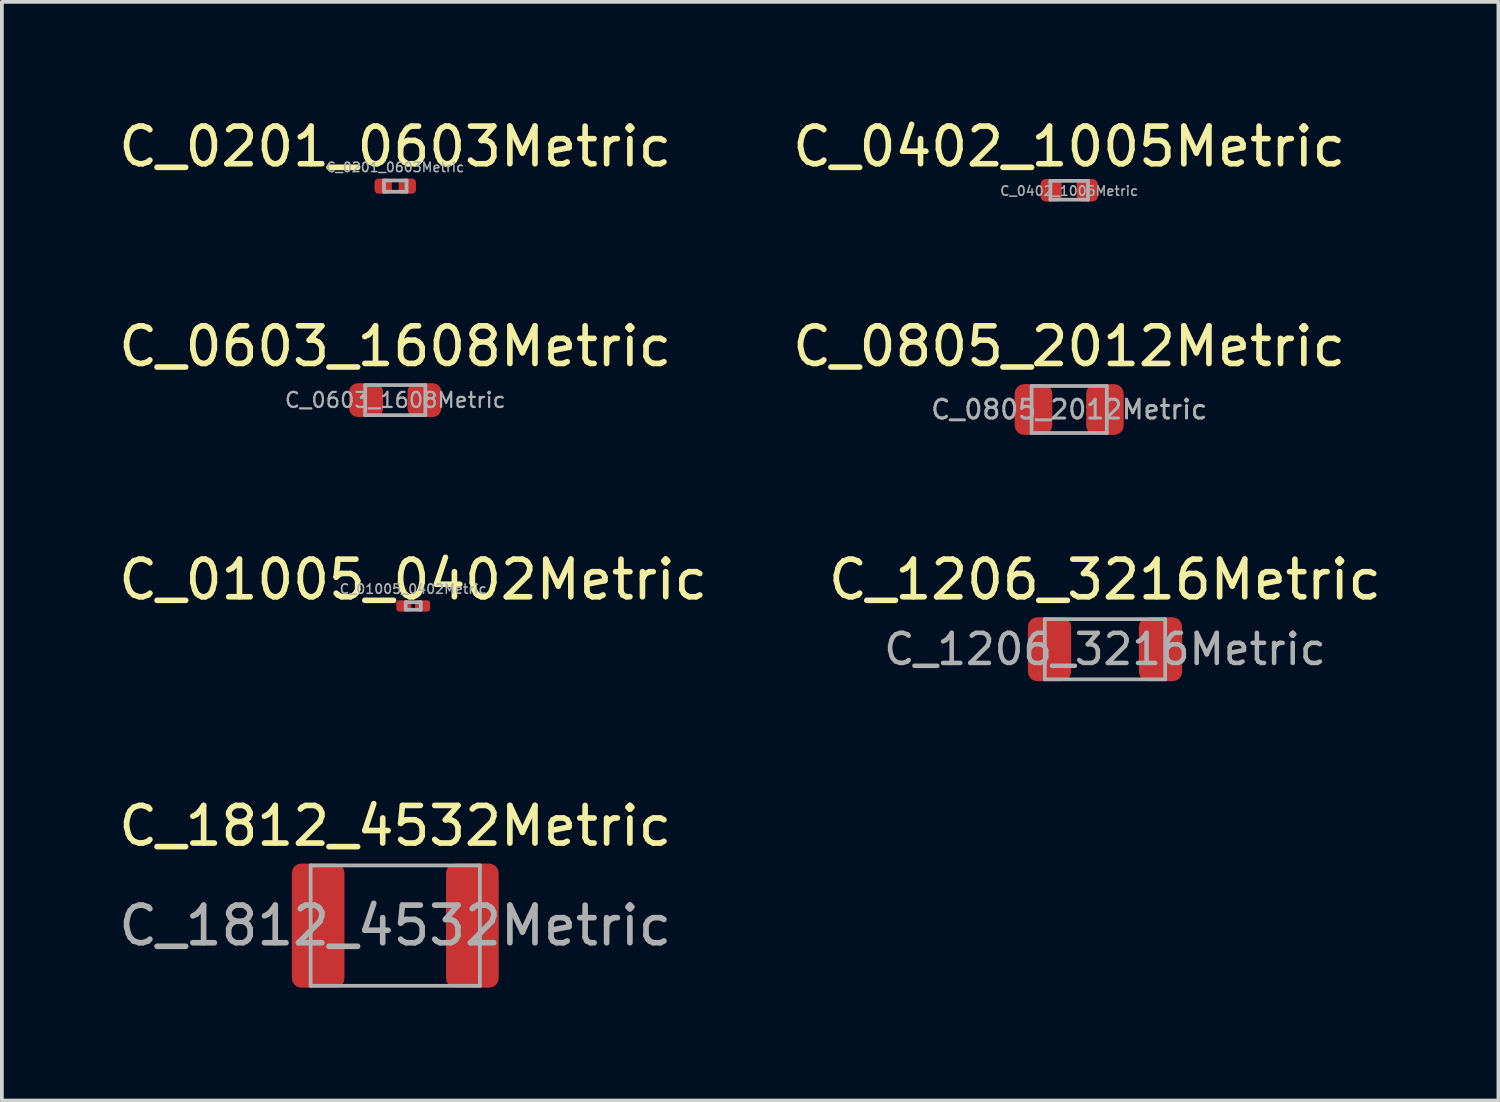
<source format=kicad_pcb>
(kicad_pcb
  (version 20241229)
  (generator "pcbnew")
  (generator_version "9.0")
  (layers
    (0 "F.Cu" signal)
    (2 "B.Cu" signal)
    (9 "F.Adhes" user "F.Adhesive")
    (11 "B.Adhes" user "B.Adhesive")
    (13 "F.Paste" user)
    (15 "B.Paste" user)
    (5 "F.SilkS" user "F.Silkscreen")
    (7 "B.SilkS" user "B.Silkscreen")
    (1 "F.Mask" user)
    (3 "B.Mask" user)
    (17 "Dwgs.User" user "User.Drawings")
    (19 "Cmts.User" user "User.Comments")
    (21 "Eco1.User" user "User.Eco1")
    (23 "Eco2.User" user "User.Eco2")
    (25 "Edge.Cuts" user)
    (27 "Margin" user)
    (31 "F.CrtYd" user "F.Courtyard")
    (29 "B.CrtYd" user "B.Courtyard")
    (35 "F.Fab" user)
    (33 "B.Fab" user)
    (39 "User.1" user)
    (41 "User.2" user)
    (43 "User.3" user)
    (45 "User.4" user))
  (footprint "C_0805_2012Metric"
    (layer "F.Cu")
    (at 25.375 7.837)
    (property "Reference" "C_0805_2012Metric" (at 0 -1.68 0) (layer "F.SilkS") (effects (font (size 1 1) (thickness 0.15))))
    (attr smd)
    (fp_line (start -1 -0.625) (end 1 -0.625) (stroke (width 0.1) (type solid)) (layer "F.Fab"))
    (fp_line (start -1 0.625) (end -1 -0.625) (stroke (width 0.1) (type solid)) (layer "F.Fab"))
    (fp_line (start 1 -0.625) (end 1 0.625) (stroke (width 0.1) (type solid)) (layer "F.Fab"))
    (fp_line (start 1 0.625) (end -1 0.625) (stroke (width 0.1) (type solid)) (layer "F.Fab"))
    (fp_text user "${REFERENCE}" (at 0 0 0) (layer "F.Fab") (effects (font (size 0.5 0.5) (thickness 0.08))))
    (pad "1" smd roundrect (at -0.95 0) (size 1 1.35) (layers "F.Cu" "F.Mask" "F.Paste") (roundrect_rratio 0.25))
    (pad "2" smd roundrect (at 0.95 0) (size 1 1.35) (layers "F.Cu" "F.Mask" "F.Paste") (roundrect_rratio 0.25)))
  (footprint "C_0603_1608Metric"
    (layer "F.Cu")
    (at 7.458 7.587)
    (property "Reference" "C_0603_1608Metric" (at 0 -1.43 0) (layer "F.SilkS") (effects (font (size 1 1) (thickness 0.15))))
    (attr smd)
    (fp_line (start -0.8 -0.4) (end 0.8 -0.4) (stroke (width 0.1) (type solid)) (layer "F.Fab"))
    (fp_line (start -0.8 0.4) (end -0.8 -0.4) (stroke (width 0.1) (type solid)) (layer "F.Fab"))
    (fp_line (start 0.8 -0.4) (end 0.8 0.4) (stroke (width 0.1) (type solid)) (layer "F.Fab"))
    (fp_line (start 0.8 0.4) (end -0.8 0.4) (stroke (width 0.1) (type solid)) (layer "F.Fab"))
    (fp_text user "${REFERENCE}" (at 0 0 0) (layer "F.Fab") (effects (font (size 0.4 0.4) (thickness 0.06))))
    (pad "1" smd roundrect (at -0.775 0) (size 0.9 0.9) (layers "F.Cu" "F.Mask" "F.Paste") (roundrect_rratio 0.25))
    (pad "2" smd roundrect (at 0.775 0) (size 0.9 0.9) (layers "F.Cu" "F.Mask" "F.Paste") (roundrect_rratio 0.25)))
  (footprint "C_1812_4532Metric"
    (layer "F.Cu")
    (at 7.458 21.558)
    (property "Reference" "C_1812_4532Metric" (at 0 -2.65 0) (layer "F.SilkS") (effects (font (size 1 1) (thickness 0.15))))
    (attr smd)
    (fp_line (start -2.25 -1.6) (end 2.25 -1.6) (stroke (width 0.1) (type solid)) (layer "F.Fab"))
    (fp_line (start -2.25 1.6) (end -2.25 -1.6) (stroke (width 0.1) (type solid)) (layer "F.Fab"))
    (fp_line (start 2.25 -1.6) (end 2.25 1.6) (stroke (width 0.1) (type solid)) (layer "F.Fab"))
    (fp_line (start 2.25 1.6) (end -2.25 1.6) (stroke (width 0.1) (type solid)) (layer "F.Fab"))
    (fp_text user "${REFERENCE}" (at 0 0 0) (layer "F.Fab") (effects (font (size 1 1) (thickness 0.15))))
    (pad "1" smd roundrect (at -2.05 0) (size 1.4 3.3) (layers "F.Cu" "F.Mask" "F.Paste") (roundrect_rratio 0.179))
    (pad "2" smd roundrect (at 2.05 0) (size 1.4 3.3) (layers "F.Cu" "F.Mask" "F.Paste") (roundrect_rratio 0.179)))
  (footprint "C_0402_1005Metric"
    (layer "F.Cu")
    (at 25.375 2.008)
    (property "Reference" "C_0402_1005Metric" (at 0 -1.16 0) (layer "F.SilkS") (effects (font (size 1 1) (thickness 0.15))))
    (attr smd)
    (fp_line (start -0.5 -0.25) (end 0.5 -0.25) (stroke (width 0.1) (type solid)) (layer "F.Fab"))
    (fp_line (start -0.5 0.25) (end -0.5 -0.25) (stroke (width 0.1) (type solid)) (layer "F.Fab"))
    (fp_line (start 0.5 -0.25) (end 0.5 0.25) (stroke (width 0.1) (type solid)) (layer "F.Fab"))
    (fp_line (start 0.5 0.25) (end -0.5 0.25) (stroke (width 0.1) (type solid)) (layer "F.Fab"))
    (fp_text user "${REFERENCE}" (at 0 0.02 0) (layer "F.Fab") (effects (font (size 0.25 0.25) (thickness 0.04))))
    (pad "1" smd roundrect (at -0.48 0) (size 0.56 0.6) (layers "F.Cu" "F.Mask" "F.Paste") (roundrect_rratio 0.25))
    (pad "2" smd roundrect (at 0.48 0) (size 0.56 0.6) (layers "F.Cu" "F.Mask" "F.Paste") (roundrect_rratio 0.25)))
  (footprint "C_0201_0603Metric"
    (layer "F.Cu")
    (at 7.458 1.898)
    (property "Reference" "C_0201_0603Metric" (at 0 -1.05 0) (layer "F.SilkS") (effects (font (size 1 1) (thickness 0.15))))
    (attr smd)
    (fp_line (start -0.3 -0.15) (end 0.3 -0.15) (stroke (width 0.1) (type solid)) (layer "F.Fab"))
    (fp_line (start -0.3 0.15) (end -0.3 -0.15) (stroke (width 0.1) (type solid)) (layer "F.Fab"))
    (fp_line (start 0.3 -0.15) (end 0.3 0.15) (stroke (width 0.1) (type solid)) (layer "F.Fab"))
    (fp_line (start 0.3 0.15) (end -0.3 0.15) (stroke (width 0.1) (type solid)) (layer "F.Fab"))
    (fp_text user "${REFERENCE}" (at 0 -0.5 0) (layer "F.Fab") (effects (font (size 0.25 0.25) (thickness 0.04))))
    (pad "" smd roundrect (at -0.345 0) (size 0.318 0.36) (layers "F.Paste") (roundrect_rratio 0.25))
    (pad "" smd roundrect (at 0.345 0) (size 0.318 0.36) (layers "F.Paste") (roundrect_rratio 0.25))
    (pad "1" smd roundrect (at -0.32 0) (size 0.46 0.4) (layers "F.Cu" "F.Mask") (roundrect_rratio 0.25))
    (pad "2" smd roundrect (at 0.32 0) (size 0.46 0.4) (layers "F.Cu" "F.Mask") (roundrect_rratio 0.25)))
  (footprint "C_1206_3216Metric"
    (layer "F.Cu")
    (at 26.327 14.21)
    (property "Reference" "C_1206_3216Metric" (at 0 -1.85 0) (layer "F.SilkS") (effects (font (size 1 1) (thickness 0.15))))
    (attr smd)
    (fp_line (start -1.6 -0.8) (end 1.6 -0.8) (stroke (width 0.1) (type solid)) (layer "F.Fab"))
    (fp_line (start -1.6 0.8) (end -1.6 -0.8) (stroke (width 0.1) (type solid)) (layer "F.Fab"))
    (fp_line (start 1.6 -0.8) (end 1.6 0.8) (stroke (width 0.1) (type solid)) (layer "F.Fab"))
    (fp_line (start 1.6 0.8) (end -1.6 0.8) (stroke (width 0.1) (type solid)) (layer "F.Fab"))
    (fp_text user "${REFERENCE}" (at 0 0 0) (layer "F.Fab") (effects (font (size 0.8 0.8) (thickness 0.12))))
    (pad "1" smd roundrect (at -1.475 0) (size 1.15 1.7) (layers "F.Cu" "F.Mask" "F.Paste") (roundrect_rratio 0.217))
    (pad "2" smd roundrect (at 1.475 0) (size 1.15 1.7) (layers "F.Cu" "F.Mask" "F.Paste") (roundrect_rratio 0.217)))
  (footprint "C_01005_0402Metric"
    (layer "F.Cu")
    (at 7.935 13.06)
    (property "Reference" "C_01005_0402Metric" (at 0 -0.7 0) (layer "F.SilkS") (effects (font (size 1 1) (thickness 0.15))))
    (attr smd)
    (fp_line (start -0.2 -0.1) (end 0.2 -0.1) (stroke (width 0.1) (type solid)) (layer "F.Fab"))
    (fp_line (start -0.2 0.1) (end -0.2 -0.1) (stroke (width 0.1) (type solid)) (layer "F.Fab"))
    (fp_line (start 0.2 -0.1) (end 0.2 0.1) (stroke (width 0.1) (type solid)) (layer "F.Fab"))
    (fp_line (start 0.2 0.1) (end -0.2 0.1) (stroke (width 0.1) (type solid)) (layer "F.Fab"))
    (fp_text user "${REFERENCE}" (at 0 -0.45 0) (layer "F.Fab") (effects (font (size 0.25 0.25) (thickness 0.04))))
    (pad "" smd roundrect (at -0.275 0) (size 0.27 0.27) (layers "F.Paste") (roundrect_rratio 0.25))
    (pad "" smd roundrect (at 0.275 0) (size 0.27 0.27) (layers "F.Paste") (roundrect_rratio 0.25))
    (pad "1" smd roundrect (at -0.25 0) (size 0.4 0.3) (layers "F.Cu" "F.Mask") (roundrect_rratio 0.25))
    (pad "2" smd roundrect (at 0.25 0) (size 0.4 0.3) (layers "F.Cu" "F.Mask") (roundrect_rratio 0.25)))
  (gr_rect
    (start -3 -3)
    (end 36.786 26.208)
    (stroke (width 0.1) (type default))
    (fill no)
    (layer "Edge.Cuts")))
</source>
